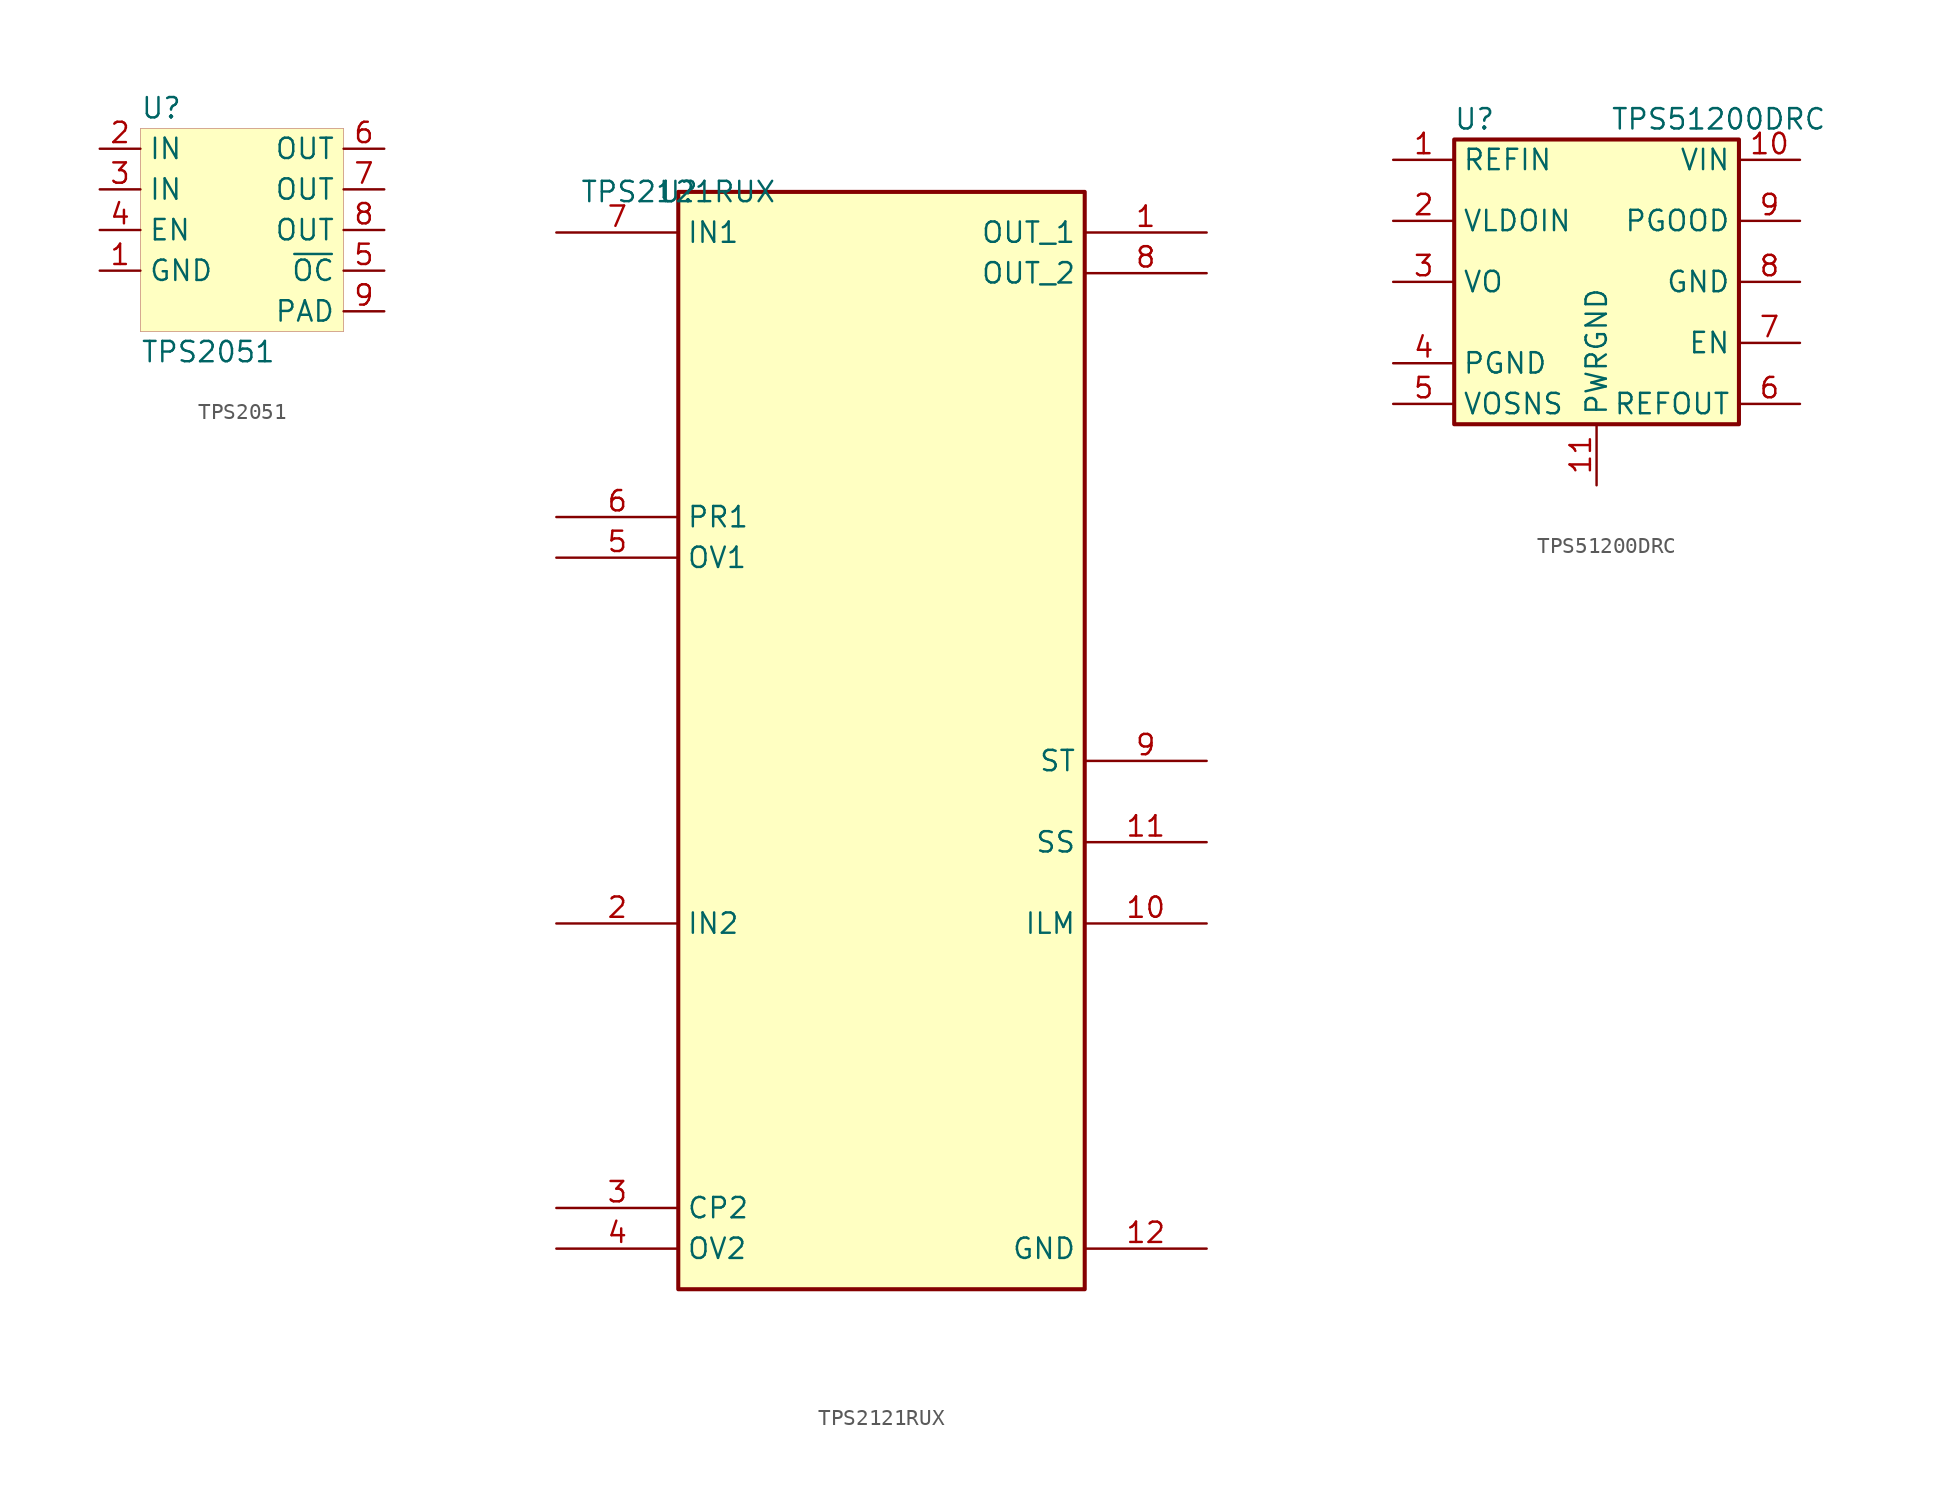
<source format=kicad_sym>
(kicad_symbol_lib
  (version 20201005)
  (generator kicad_symbol_editor)
  (symbol "beaglebone-ai:TPS2051"
    (property "Reference" "U"
      (at -6.35 7.62 0)
      (effects (font (size 1.27 1.27)) (justify left)))
    (property "Value" "TPS2051"
      (at -6.35 -7.62 0)
      (effects (font (size 1.27 1.27)) (justify left)))
    (symbol "TPS2051_0_1"
      (rectangle (start -6.35 6.35) (end 6.35 -6.35) (stroke (width 0.001)) (fill (type background))))
    (symbol "TPS2051_1_1"
      (pin power_in line (at -8.89 5.08 0) (length 2.54) (name "IN" (effects (font (size 1.27 1.27)))) (number "2" (effects (font (size 1.27 1.27)))))
      (pin power_in line (at -8.89 2.54 0) (length 2.54) (name "IN" (effects (font (size 1.27 1.27)))) (number "3" (effects (font (size 1.27 1.27)))))
      (pin power_out line (at 8.89 5.08 180) (length 2.54) (name "OUT" (effects (font (size 1.27 1.27)))) (number "6" (effects (font (size 1.27 1.27)))))
      (pin power_out line (at 8.89 2.54 180) (length 2.54) (name "OUT" (effects (font (size 1.27 1.27)))) (number "7" (effects (font (size 1.27 1.27)))))
      (pin power_out line (at 8.89 0 180) (length 2.54) (name "OUT" (effects (font (size 1.27 1.27)))) (number "8" (effects (font (size 1.27 1.27)))))
      (pin input line (at 8.89 -2.54 180) (length 2.54) (name "~OC" (effects (font (size 1.27 1.27)))) (number "5" (effects (font (size 1.27 1.27)))))
      (pin power_in line (at 8.89 -5.08 180) (length 2.54) (name "PAD" (effects (font (size 1.27 1.27)))) (number "9" (effects (font (size 1.27 1.27)))))
      (pin input line (at -8.89 0 0) (length 2.54) (name "EN" (effects (font (size 1.27 1.27)))) (number "4" (effects (font (size 1.27 1.27)))))
      (pin power_in line (at -8.89 -2.54 0) (length 2.54) (name "GND" (effects (font (size 1.27 1.27)))) (number "1" (effects (font (size 1.27 1.27)))))))
  (symbol "beaglebone-ai:TPS2121RUX"
    (property "Reference" "U"
      (at 0 0 0)
      (effects (font (size 1.27 1.27))))
    (property "Value" "TPS2121RUX"
      (at 0 0 0)
      (effects (font (size 1.27 1.27))))
    (symbol "TPS2121RUX_1_0"
      (rectangle (start 25.4 0) (end 0 -68.58) (stroke (width 0.254)) (fill (type background)))
      (pin passive line (at 33.02 -2.54 180) (length 7.62) (name "OUT_1" (effects (font (size 1.27 1.27)))) (number "1" (effects (font (size 1.27 1.27)))))
      (pin passive line (at -7.62 -45.72 0) (length 7.62) (name "IN2" (effects (font (size 1.27 1.27)))) (number "2" (effects (font (size 1.27 1.27)))))
      (pin input line (at -7.62 -63.5 0) (length 7.62) (name "CP2" (effects (font (size 1.27 1.27)))) (number "3" (effects (font (size 1.27 1.27)))))
      (pin input line (at -7.62 -66.04 0) (length 7.62) (name "OV2" (effects (font (size 1.27 1.27)))) (number "4" (effects (font (size 1.27 1.27)))))
      (pin input line (at -7.62 -22.86 0) (length 7.62) (name "OV1" (effects (font (size 1.27 1.27)))) (number "5" (effects (font (size 1.27 1.27)))))
      (pin input line (at -7.62 -20.32 0) (length 7.62) (name "PR1" (effects (font (size 1.27 1.27)))) (number "6" (effects (font (size 1.27 1.27)))))
      (pin passive line (at -7.62 -2.54 0) (length 7.62) (name "IN1" (effects (font (size 1.27 1.27)))) (number "7" (effects (font (size 1.27 1.27)))))
      (pin passive line (at 33.02 -5.08 180) (length 7.62) (name "OUT_2" (effects (font (size 1.27 1.27)))) (number "8" (effects (font (size 1.27 1.27)))))
      (pin passive line (at 33.02 -35.56 180) (length 7.62) (name "ST" (effects (font (size 1.27 1.27)))) (number "9" (effects (font (size 1.27 1.27)))))
      (pin passive line (at 33.02 -45.72 180) (length 7.62) (name "ILM" (effects (font (size 1.27 1.27)))) (number "10" (effects (font (size 1.27 1.27)))))
      (pin passive line (at 33.02 -40.64 180) (length 7.62) (name "SS" (effects (font (size 1.27 1.27)))) (number "11" (effects (font (size 1.27 1.27)))))
      (pin power_in line (at 33.02 -66.04 180) (length 7.62) (name "GND" (effects (font (size 1.27 1.27)))) (number "12" (effects (font (size 1.27 1.27)))))))
  (symbol "beaglebone-ai:TPS51200DRC"
    (property "Reference" "U"
      (at -7.62 10.16 0)
      (effects (font (size 1.27 1.27))))
    (property "Value" "TPS51200DRC"
      (at 7.62 10.16 0)
      (effects (font (size 1.27 1.27))))
    (symbol "TPS51200DRC_0_1"
      (rectangle (start -8.89 -8.89) (end 8.89 8.89) (stroke (width 0.254)) (fill (type background)))
      (pin input line (at -12.7 7.62 0) (length 3.81) (name "REFIN" (effects (font (size 1.27 1.27)))) (number "1" (effects (font (size 1.27 1.27)))))
      (pin power_in line (at 12.7 7.62 180) (length 3.81) (name "VIN" (effects (font (size 1.27 1.27)))) (number "10" (effects (font (size 1.27 1.27)))))
      (pin power_in line (at 0 -12.7 90) (length 3.81) (name "PWRGND" (effects (font (size 1.27 1.27)))) (number "11" (effects (font (size 1.27 1.27)))))
      (pin power_in line (at -12.7 3.81 0) (length 3.81) (name "VLDOIN" (effects (font (size 1.27 1.27)))) (number "2" (effects (font (size 1.27 1.27)))))
      (pin power_out line (at -12.7 0 0) (length 3.81) (name "VO" (effects (font (size 1.27 1.27)))) (number "3" (effects (font (size 1.27 1.27)))))
      (pin power_in line (at -12.7 -5.08 0) (length 3.81) (name "PGND" (effects (font (size 1.27 1.27)))) (number "4" (effects (font (size 1.27 1.27)))))
      (pin input line (at -12.7 -7.62 0) (length 3.81) (name "VOSNS" (effects (font (size 1.27 1.27)))) (number "5" (effects (font (size 1.27 1.27)))))
      (pin output line (at 12.7 -7.62 180) (length 3.81) (name "REFOUT" (effects (font (size 1.27 1.27)))) (number "6" (effects (font (size 1.27 1.27)))))
      (pin input line (at 12.7 -3.81 180) (length 3.81) (name "EN" (effects (font (size 1.27 1.27)))) (number "7" (effects (font (size 1.27 1.27)))))
      (pin power_in line (at 12.7 0 180) (length 3.81) (name "GND" (effects (font (size 1.27 1.27)))) (number "8" (effects (font (size 1.27 1.27)))))
      (pin open_collector line (at 12.7 3.81 180) (length 3.81) (name "PGOOD" (effects (font (size 1.27 1.27)))) (number "9" (effects (font (size 1.27 1.27))))))))
</source>
